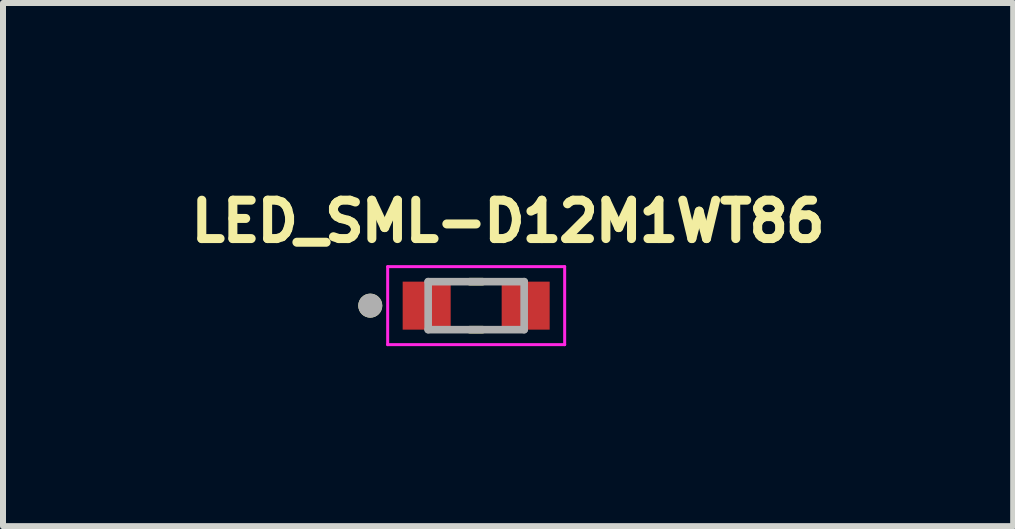
<source format=kicad_pcb>
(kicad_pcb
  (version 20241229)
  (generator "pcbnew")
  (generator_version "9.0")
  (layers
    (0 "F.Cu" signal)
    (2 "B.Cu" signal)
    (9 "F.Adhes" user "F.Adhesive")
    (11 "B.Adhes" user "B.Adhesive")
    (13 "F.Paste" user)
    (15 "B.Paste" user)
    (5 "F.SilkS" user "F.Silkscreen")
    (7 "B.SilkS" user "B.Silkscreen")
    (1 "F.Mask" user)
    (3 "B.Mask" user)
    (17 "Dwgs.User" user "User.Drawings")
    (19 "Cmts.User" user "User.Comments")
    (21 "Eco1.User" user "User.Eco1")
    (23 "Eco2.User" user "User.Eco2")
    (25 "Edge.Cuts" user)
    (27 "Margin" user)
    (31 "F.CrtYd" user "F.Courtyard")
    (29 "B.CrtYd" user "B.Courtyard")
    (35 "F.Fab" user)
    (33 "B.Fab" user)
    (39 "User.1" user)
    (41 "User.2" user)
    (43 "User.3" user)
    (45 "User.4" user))
  (footprint "LED_SML-D12M1WT86"
    (layer "F.Cu")
    (at 4.886 2.044)
    (property "Reference" "LED_SML-D12M1WT86" (at 0.532 -1.406 0) (layer "F.SilkS") (effects (font (size 0.64 0.64) (thickness 0.15))))
    (attr smd)
    (fp_line (start -0.105 -0.4) (end 0.105 -0.4) (stroke (width 0.127) (type solid)) (layer "F.SilkS"))
    (fp_line (start -0.105 0.4) (end 0.105 0.4) (stroke (width 0.127) (type solid)) (layer "F.SilkS"))
    (fp_circle (center -1.765 0) (end -1.665 0) (stroke (width 0.2) (type solid)) (fill no) (layer "F.SilkS"))
    (fp_line (start -1.475 -0.65) (end -1.475 0.65) (stroke (width 0.05) (type solid)) (layer "F.CrtYd"))
    (fp_line (start -1.475 0.65) (end 1.475 0.65) (stroke (width 0.05) (type solid)) (layer "F.CrtYd"))
    (fp_line (start 1.475 -0.65) (end -1.475 -0.65) (stroke (width 0.05) (type solid)) (layer "F.CrtYd"))
    (fp_line (start 1.475 0.65) (end 1.475 -0.65) (stroke (width 0.05) (type solid)) (layer "F.CrtYd"))
    (fp_line (start -0.8 -0.4) (end -0.8 0.4) (stroke (width 0.127) (type solid)) (layer "F.Fab"))
    (fp_line (start -0.8 0.4) (end 0.8 0.4) (stroke (width 0.127) (type solid)) (layer "F.Fab"))
    (fp_line (start 0.8 -0.4) (end -0.8 -0.4) (stroke (width 0.127) (type solid)) (layer "F.Fab"))
    (fp_line (start 0.8 0.4) (end 0.8 -0.4) (stroke (width 0.127) (type solid)) (layer "F.Fab"))
    (fp_circle (center -1.765 0) (end -1.665 0) (stroke (width 0.2) (type solid)) (fill no) (layer "F.Fab"))
    (pad "A" smd rect (at 0.825 0) (size 0.8 0.8) (layers "F.Cu" "F.Mask" "F.Paste"))
    (pad "C" smd rect (at -0.825 0) (size 0.8 0.8) (layers "F.Cu" "F.Mask" "F.Paste")))
  (gr_rect
    (start -3 -3)
    (end 13.836 5.719)
    (stroke (width 0.1) (type default))
    (fill no)
    (layer "Edge.Cuts")))
</source>
